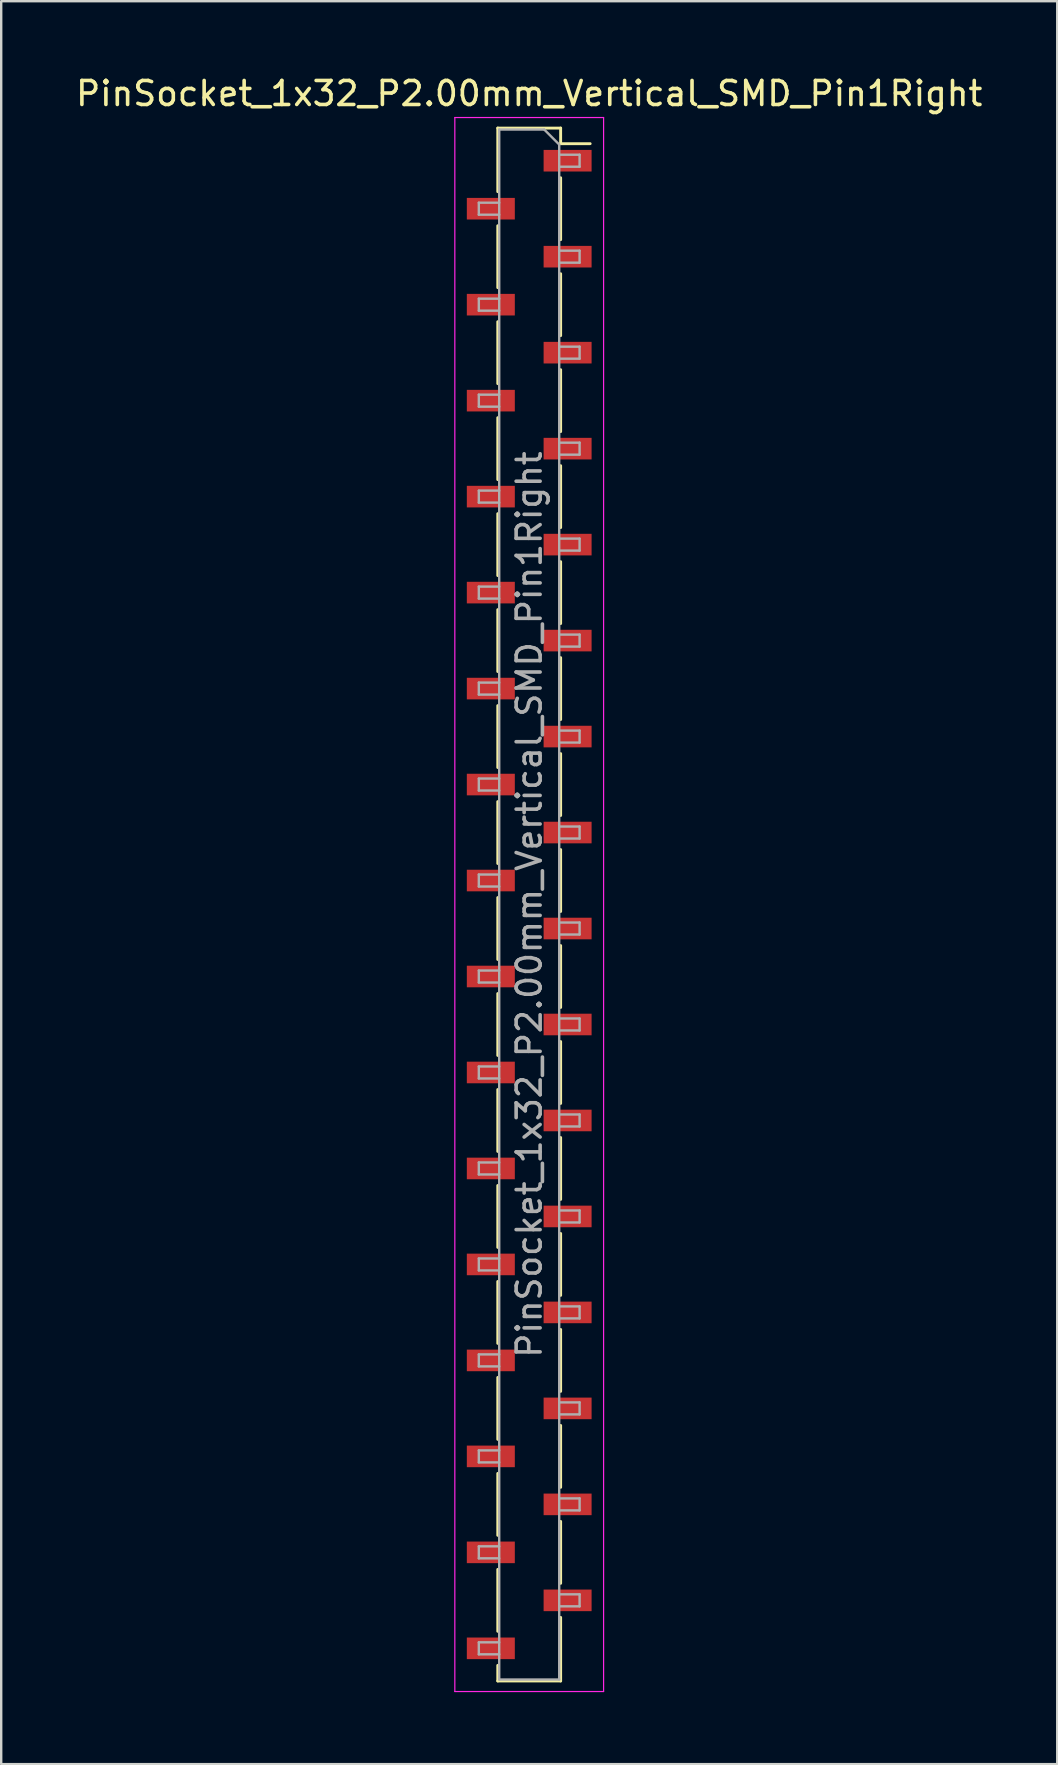
<source format=kicad_pcb>
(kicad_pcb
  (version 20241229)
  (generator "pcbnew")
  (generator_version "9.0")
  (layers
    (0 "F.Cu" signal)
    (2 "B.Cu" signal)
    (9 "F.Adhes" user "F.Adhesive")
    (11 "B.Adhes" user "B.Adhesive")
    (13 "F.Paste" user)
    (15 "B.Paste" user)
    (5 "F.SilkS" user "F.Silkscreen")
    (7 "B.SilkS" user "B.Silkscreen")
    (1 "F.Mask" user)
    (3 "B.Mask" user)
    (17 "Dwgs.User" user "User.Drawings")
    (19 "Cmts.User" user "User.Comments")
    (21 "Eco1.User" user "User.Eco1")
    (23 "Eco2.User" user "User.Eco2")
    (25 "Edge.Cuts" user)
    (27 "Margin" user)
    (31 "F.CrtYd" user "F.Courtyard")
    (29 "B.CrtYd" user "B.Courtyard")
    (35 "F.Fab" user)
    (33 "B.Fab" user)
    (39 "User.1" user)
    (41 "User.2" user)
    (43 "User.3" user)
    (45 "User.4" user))
  (footprint "PinSocket_1x32_P2.00mm_Vertical_SMD_Pin1Right"
    (layer "F.Cu")
    (at 19.006 34.648)
    (property "Reference" "PinSocket_1x32_P2.00mm_Vertical_SMD_Pin1Right" (at 0 -33.8 0) (layer "F.SilkS") (effects (font (size 1 1) (thickness 0.15))))
    (attr smd)
    (fp_line (start -1.31 -32.36) (end -1.31 -29.71) (stroke (width 0.12) (type solid)) (layer "F.SilkS"))
    (fp_line (start -1.31 -32.36) (end 1.31 -32.36) (stroke (width 0.12) (type solid)) (layer "F.SilkS"))
    (fp_line (start -1.31 -28.29) (end -1.31 -25.71) (stroke (width 0.12) (type solid)) (layer "F.SilkS"))
    (fp_line (start -1.31 -24.29) (end -1.31 -21.71) (stroke (width 0.12) (type solid)) (layer "F.SilkS"))
    (fp_line (start -1.31 -20.29) (end -1.31 -17.71) (stroke (width 0.12) (type solid)) (layer "F.SilkS"))
    (fp_line (start -1.31 -16.29) (end -1.31 -13.71) (stroke (width 0.12) (type solid)) (layer "F.SilkS"))
    (fp_line (start -1.31 -12.29) (end -1.31 -9.71) (stroke (width 0.12) (type solid)) (layer "F.SilkS"))
    (fp_line (start -1.31 -8.29) (end -1.31 -5.71) (stroke (width 0.12) (type solid)) (layer "F.SilkS"))
    (fp_line (start -1.31 -4.29) (end -1.31 -1.71) (stroke (width 0.12) (type solid)) (layer "F.SilkS"))
    (fp_line (start -1.31 -0.29) (end -1.31 2.29) (stroke (width 0.12) (type solid)) (layer "F.SilkS"))
    (fp_line (start -1.31 3.71) (end -1.31 6.29) (stroke (width 0.12) (type solid)) (layer "F.SilkS"))
    (fp_line (start -1.31 7.71) (end -1.31 10.29) (stroke (width 0.12) (type solid)) (layer "F.SilkS"))
    (fp_line (start -1.31 11.71) (end -1.31 14.29) (stroke (width 0.12) (type solid)) (layer "F.SilkS"))
    (fp_line (start -1.31 15.71) (end -1.31 18.29) (stroke (width 0.12) (type solid)) (layer "F.SilkS"))
    (fp_line (start -1.31 19.71) (end -1.31 22.29) (stroke (width 0.12) (type solid)) (layer "F.SilkS"))
    (fp_line (start -1.31 23.71) (end -1.31 26.29) (stroke (width 0.12) (type solid)) (layer "F.SilkS"))
    (fp_line (start -1.31 27.71) (end -1.31 30.29) (stroke (width 0.12) (type solid)) (layer "F.SilkS"))
    (fp_line (start -1.31 31.71) (end -1.31 32.36) (stroke (width 0.12) (type solid)) (layer "F.SilkS"))
    (fp_line (start -1.31 32.36) (end 1.31 32.36) (stroke (width 0.12) (type solid)) (layer "F.SilkS"))
    (fp_line (start 1.31 -32.36) (end 1.31 -31.71) (stroke (width 0.12) (type solid)) (layer "F.SilkS"))
    (fp_line (start 1.31 -31.71) (end 2.54 -31.71) (stroke (width 0.12) (type solid)) (layer "F.SilkS"))
    (fp_line (start 1.31 -30.29) (end 1.31 -27.71) (stroke (width 0.12) (type solid)) (layer "F.SilkS"))
    (fp_line (start 1.31 -26.29) (end 1.31 -23.71) (stroke (width 0.12) (type solid)) (layer "F.SilkS"))
    (fp_line (start 1.31 -22.29) (end 1.31 -19.71) (stroke (width 0.12) (type solid)) (layer "F.SilkS"))
    (fp_line (start 1.31 -18.29) (end 1.31 -15.71) (stroke (width 0.12) (type solid)) (layer "F.SilkS"))
    (fp_line (start 1.31 -14.29) (end 1.31 -11.71) (stroke (width 0.12) (type solid)) (layer "F.SilkS"))
    (fp_line (start 1.31 -10.29) (end 1.31 -7.71) (stroke (width 0.12) (type solid)) (layer "F.SilkS"))
    (fp_line (start 1.31 -6.29) (end 1.31 -3.71) (stroke (width 0.12) (type solid)) (layer "F.SilkS"))
    (fp_line (start 1.31 -2.29) (end 1.31 0.29) (stroke (width 0.12) (type solid)) (layer "F.SilkS"))
    (fp_line (start 1.31 1.71) (end 1.31 4.29) (stroke (width 0.12) (type solid)) (layer "F.SilkS"))
    (fp_line (start 1.31 5.71) (end 1.31 8.29) (stroke (width 0.12) (type solid)) (layer "F.SilkS"))
    (fp_line (start 1.31 9.71) (end 1.31 12.29) (stroke (width 0.12) (type solid)) (layer "F.SilkS"))
    (fp_line (start 1.31 13.71) (end 1.31 16.29) (stroke (width 0.12) (type solid)) (layer "F.SilkS"))
    (fp_line (start 1.31 17.71) (end 1.31 20.29) (stroke (width 0.12) (type solid)) (layer "F.SilkS"))
    (fp_line (start 1.31 21.71) (end 1.31 24.29) (stroke (width 0.12) (type solid)) (layer "F.SilkS"))
    (fp_line (start 1.31 25.71) (end 1.31 28.29) (stroke (width 0.12) (type solid)) (layer "F.SilkS"))
    (fp_line (start 1.31 29.71) (end 1.31 32.36) (stroke (width 0.12) (type solid)) (layer "F.SilkS"))
    (fp_line (start -3.1 -32.8) (end 3.1 -32.8) (stroke (width 0.05) (type solid)) (layer "F.CrtYd"))
    (fp_line (start -3.1 32.8) (end -3.1 -32.8) (stroke (width 0.05) (type solid)) (layer "F.CrtYd"))
    (fp_line (start 3.1 -32.8) (end 3.1 32.8) (stroke (width 0.05) (type solid)) (layer "F.CrtYd"))
    (fp_line (start 3.1 32.8) (end -3.1 32.8) (stroke (width 0.05) (type solid)) (layer "F.CrtYd"))
    (fp_line (start -2.1 -29.25) (end -1.25 -29.25) (stroke (width 0.1) (type solid)) (layer "F.Fab"))
    (fp_line (start -2.1 -28.75) (end -2.1 -29.25) (stroke (width 0.1) (type solid)) (layer "F.Fab"))
    (fp_line (start -2.1 -25.25) (end -1.25 -25.25) (stroke (width 0.1) (type solid)) (layer "F.Fab"))
    (fp_line (start -2.1 -24.75) (end -2.1 -25.25) (stroke (width 0.1) (type solid)) (layer "F.Fab"))
    (fp_line (start -2.1 -21.25) (end -1.25 -21.25) (stroke (width 0.1) (type solid)) (layer "F.Fab"))
    (fp_line (start -2.1 -20.75) (end -2.1 -21.25) (stroke (width 0.1) (type solid)) (layer "F.Fab"))
    (fp_line (start -2.1 -17.25) (end -1.25 -17.25) (stroke (width 0.1) (type solid)) (layer "F.Fab"))
    (fp_line (start -2.1 -16.75) (end -2.1 -17.25) (stroke (width 0.1) (type solid)) (layer "F.Fab"))
    (fp_line (start -2.1 -13.25) (end -1.25 -13.25) (stroke (width 0.1) (type solid)) (layer "F.Fab"))
    (fp_line (start -2.1 -12.75) (end -2.1 -13.25) (stroke (width 0.1) (type solid)) (layer "F.Fab"))
    (fp_line (start -2.1 -9.25) (end -1.25 -9.25) (stroke (width 0.1) (type solid)) (layer "F.Fab"))
    (fp_line (start -2.1 -8.75) (end -2.1 -9.25) (stroke (width 0.1) (type solid)) (layer "F.Fab"))
    (fp_line (start -2.1 -5.25) (end -1.25 -5.25) (stroke (width 0.1) (type solid)) (layer "F.Fab"))
    (fp_line (start -2.1 -4.75) (end -2.1 -5.25) (stroke (width 0.1) (type solid)) (layer "F.Fab"))
    (fp_line (start -2.1 -1.25) (end -1.25 -1.25) (stroke (width 0.1) (type solid)) (layer "F.Fab"))
    (fp_line (start -2.1 -0.75) (end -2.1 -1.25) (stroke (width 0.1) (type solid)) (layer "F.Fab"))
    (fp_line (start -2.1 2.75) (end -1.25 2.75) (stroke (width 0.1) (type solid)) (layer "F.Fab"))
    (fp_line (start -2.1 3.25) (end -2.1 2.75) (stroke (width 0.1) (type solid)) (layer "F.Fab"))
    (fp_line (start -2.1 6.75) (end -1.25 6.75) (stroke (width 0.1) (type solid)) (layer "F.Fab"))
    (fp_line (start -2.1 7.25) (end -2.1 6.75) (stroke (width 0.1) (type solid)) (layer "F.Fab"))
    (fp_line (start -2.1 10.75) (end -1.25 10.75) (stroke (width 0.1) (type solid)) (layer "F.Fab"))
    (fp_line (start -2.1 11.25) (end -2.1 10.75) (stroke (width 0.1) (type solid)) (layer "F.Fab"))
    (fp_line (start -2.1 14.75) (end -1.25 14.75) (stroke (width 0.1) (type solid)) (layer "F.Fab"))
    (fp_line (start -2.1 15.25) (end -2.1 14.75) (stroke (width 0.1) (type solid)) (layer "F.Fab"))
    (fp_line (start -2.1 18.75) (end -1.25 18.75) (stroke (width 0.1) (type solid)) (layer "F.Fab"))
    (fp_line (start -2.1 19.25) (end -2.1 18.75) (stroke (width 0.1) (type solid)) (layer "F.Fab"))
    (fp_line (start -2.1 22.75) (end -1.25 22.75) (stroke (width 0.1) (type solid)) (layer "F.Fab"))
    (fp_line (start -2.1 23.25) (end -2.1 22.75) (stroke (width 0.1) (type solid)) (layer "F.Fab"))
    (fp_line (start -2.1 26.75) (end -1.25 26.75) (stroke (width 0.1) (type solid)) (layer "F.Fab"))
    (fp_line (start -2.1 27.25) (end -2.1 26.75) (stroke (width 0.1) (type solid)) (layer "F.Fab"))
    (fp_line (start -2.1 30.75) (end -1.25 30.75) (stroke (width 0.1) (type solid)) (layer "F.Fab"))
    (fp_line (start -2.1 31.25) (end -2.1 30.75) (stroke (width 0.1) (type solid)) (layer "F.Fab"))
    (fp_line (start -1.25 -32.3) (end 0.625 -32.3) (stroke (width 0.1) (type solid)) (layer "F.Fab"))
    (fp_line (start -1.25 -28.75) (end -2.1 -28.75) (stroke (width 0.1) (type solid)) (layer "F.Fab"))
    (fp_line (start -1.25 -24.75) (end -2.1 -24.75) (stroke (width 0.1) (type solid)) (layer "F.Fab"))
    (fp_line (start -1.25 -20.75) (end -2.1 -20.75) (stroke (width 0.1) (type solid)) (layer "F.Fab"))
    (fp_line (start -1.25 -16.75) (end -2.1 -16.75) (stroke (width 0.1) (type solid)) (layer "F.Fab"))
    (fp_line (start -1.25 -12.75) (end -2.1 -12.75) (stroke (width 0.1) (type solid)) (layer "F.Fab"))
    (fp_line (start -1.25 -8.75) (end -2.1 -8.75) (stroke (width 0.1) (type solid)) (layer "F.Fab"))
    (fp_line (start -1.25 -4.75) (end -2.1 -4.75) (stroke (width 0.1) (type solid)) (layer "F.Fab"))
    (fp_line (start -1.25 -0.75) (end -2.1 -0.75) (stroke (width 0.1) (type solid)) (layer "F.Fab"))
    (fp_line (start -1.25 3.25) (end -2.1 3.25) (stroke (width 0.1) (type solid)) (layer "F.Fab"))
    (fp_line (start -1.25 7.25) (end -2.1 7.25) (stroke (width 0.1) (type solid)) (layer "F.Fab"))
    (fp_line (start -1.25 11.25) (end -2.1 11.25) (stroke (width 0.1) (type solid)) (layer "F.Fab"))
    (fp_line (start -1.25 15.25) (end -2.1 15.25) (stroke (width 0.1) (type solid)) (layer "F.Fab"))
    (fp_line (start -1.25 19.25) (end -2.1 19.25) (stroke (width 0.1) (type solid)) (layer "F.Fab"))
    (fp_line (start -1.25 23.25) (end -2.1 23.25) (stroke (width 0.1) (type solid)) (layer "F.Fab"))
    (fp_line (start -1.25 27.25) (end -2.1 27.25) (stroke (width 0.1) (type solid)) (layer "F.Fab"))
    (fp_line (start -1.25 31.25) (end -2.1 31.25) (stroke (width 0.1) (type solid)) (layer "F.Fab"))
    (fp_line (start -1.25 32.3) (end -1.25 -32.3) (stroke (width 0.1) (type solid)) (layer "F.Fab"))
    (fp_line (start 0.625 -32.3) (end 1.25 -31.675) (stroke (width 0.1) (type solid)) (layer "F.Fab"))
    (fp_line (start 1.25 -31.675) (end 1.25 32.3) (stroke (width 0.1) (type solid)) (layer "F.Fab"))
    (fp_line (start 1.25 -31.25) (end 2.1 -31.25) (stroke (width 0.1) (type solid)) (layer "F.Fab"))
    (fp_line (start 1.25 -27.25) (end 2.1 -27.25) (stroke (width 0.1) (type solid)) (layer "F.Fab"))
    (fp_line (start 1.25 -23.25) (end 2.1 -23.25) (stroke (width 0.1) (type solid)) (layer "F.Fab"))
    (fp_line (start 1.25 -19.25) (end 2.1 -19.25) (stroke (width 0.1) (type solid)) (layer "F.Fab"))
    (fp_line (start 1.25 -15.25) (end 2.1 -15.25) (stroke (width 0.1) (type solid)) (layer "F.Fab"))
    (fp_line (start 1.25 -11.25) (end 2.1 -11.25) (stroke (width 0.1) (type solid)) (layer "F.Fab"))
    (fp_line (start 1.25 -7.25) (end 2.1 -7.25) (stroke (width 0.1) (type solid)) (layer "F.Fab"))
    (fp_line (start 1.25 -3.25) (end 2.1 -3.25) (stroke (width 0.1) (type solid)) (layer "F.Fab"))
    (fp_line (start 1.25 0.75) (end 2.1 0.75) (stroke (width 0.1) (type solid)) (layer "F.Fab"))
    (fp_line (start 1.25 4.75) (end 2.1 4.75) (stroke (width 0.1) (type solid)) (layer "F.Fab"))
    (fp_line (start 1.25 8.75) (end 2.1 8.75) (stroke (width 0.1) (type solid)) (layer "F.Fab"))
    (fp_line (start 1.25 12.75) (end 2.1 12.75) (stroke (width 0.1) (type solid)) (layer "F.Fab"))
    (fp_line (start 1.25 16.75) (end 2.1 16.75) (stroke (width 0.1) (type solid)) (layer "F.Fab"))
    (fp_line (start 1.25 20.75) (end 2.1 20.75) (stroke (width 0.1) (type solid)) (layer "F.Fab"))
    (fp_line (start 1.25 24.75) (end 2.1 24.75) (stroke (width 0.1) (type solid)) (layer "F.Fab"))
    (fp_line (start 1.25 28.75) (end 2.1 28.75) (stroke (width 0.1) (type solid)) (layer "F.Fab"))
    (fp_line (start 1.25 32.3) (end -1.25 32.3) (stroke (width 0.1) (type solid)) (layer "F.Fab"))
    (fp_line (start 2.1 -31.25) (end 2.1 -30.75) (stroke (width 0.1) (type solid)) (layer "F.Fab"))
    (fp_line (start 2.1 -30.75) (end 1.25 -30.75) (stroke (width 0.1) (type solid)) (layer "F.Fab"))
    (fp_line (start 2.1 -27.25) (end 2.1 -26.75) (stroke (width 0.1) (type solid)) (layer "F.Fab"))
    (fp_line (start 2.1 -26.75) (end 1.25 -26.75) (stroke (width 0.1) (type solid)) (layer "F.Fab"))
    (fp_line (start 2.1 -23.25) (end 2.1 -22.75) (stroke (width 0.1) (type solid)) (layer "F.Fab"))
    (fp_line (start 2.1 -22.75) (end 1.25 -22.75) (stroke (width 0.1) (type solid)) (layer "F.Fab"))
    (fp_line (start 2.1 -19.25) (end 2.1 -18.75) (stroke (width 0.1) (type solid)) (layer "F.Fab"))
    (fp_line (start 2.1 -18.75) (end 1.25 -18.75) (stroke (width 0.1) (type solid)) (layer "F.Fab"))
    (fp_line (start 2.1 -15.25) (end 2.1 -14.75) (stroke (width 0.1) (type solid)) (layer "F.Fab"))
    (fp_line (start 2.1 -14.75) (end 1.25 -14.75) (stroke (width 0.1) (type solid)) (layer "F.Fab"))
    (fp_line (start 2.1 -11.25) (end 2.1 -10.75) (stroke (width 0.1) (type solid)) (layer "F.Fab"))
    (fp_line (start 2.1 -10.75) (end 1.25 -10.75) (stroke (width 0.1) (type solid)) (layer "F.Fab"))
    (fp_line (start 2.1 -7.25) (end 2.1 -6.75) (stroke (width 0.1) (type solid)) (layer "F.Fab"))
    (fp_line (start 2.1 -6.75) (end 1.25 -6.75) (stroke (width 0.1) (type solid)) (layer "F.Fab"))
    (fp_line (start 2.1 -3.25) (end 2.1 -2.75) (stroke (width 0.1) (type solid)) (layer "F.Fab"))
    (fp_line (start 2.1 -2.75) (end 1.25 -2.75) (stroke (width 0.1) (type solid)) (layer "F.Fab"))
    (fp_line (start 2.1 0.75) (end 2.1 1.25) (stroke (width 0.1) (type solid)) (layer "F.Fab"))
    (fp_line (start 2.1 1.25) (end 1.25 1.25) (stroke (width 0.1) (type solid)) (layer "F.Fab"))
    (fp_line (start 2.1 4.75) (end 2.1 5.25) (stroke (width 0.1) (type solid)) (layer "F.Fab"))
    (fp_line (start 2.1 5.25) (end 1.25 5.25) (stroke (width 0.1) (type solid)) (layer "F.Fab"))
    (fp_line (start 2.1 8.75) (end 2.1 9.25) (stroke (width 0.1) (type solid)) (layer "F.Fab"))
    (fp_line (start 2.1 9.25) (end 1.25 9.25) (stroke (width 0.1) (type solid)) (layer "F.Fab"))
    (fp_line (start 2.1 12.75) (end 2.1 13.25) (stroke (width 0.1) (type solid)) (layer "F.Fab"))
    (fp_line (start 2.1 13.25) (end 1.25 13.25) (stroke (width 0.1) (type solid)) (layer "F.Fab"))
    (fp_line (start 2.1 16.75) (end 2.1 17.25) (stroke (width 0.1) (type solid)) (layer "F.Fab"))
    (fp_line (start 2.1 17.25) (end 1.25 17.25) (stroke (width 0.1) (type solid)) (layer "F.Fab"))
    (fp_line (start 2.1 20.75) (end 2.1 21.25) (stroke (width 0.1) (type solid)) (layer "F.Fab"))
    (fp_line (start 2.1 21.25) (end 1.25 21.25) (stroke (width 0.1) (type solid)) (layer "F.Fab"))
    (fp_line (start 2.1 24.75) (end 2.1 25.25) (stroke (width 0.1) (type solid)) (layer "F.Fab"))
    (fp_line (start 2.1 25.25) (end 1.25 25.25) (stroke (width 0.1) (type solid)) (layer "F.Fab"))
    (fp_line (start 2.1 28.75) (end 2.1 29.25) (stroke (width 0.1) (type solid)) (layer "F.Fab"))
    (fp_line (start 2.1 29.25) (end 1.25 29.25) (stroke (width 0.1) (type solid)) (layer "F.Fab"))
    (fp_text user "${REFERENCE}" (at 0 0 90) (layer "F.Fab") (effects (font (size 1 1) (thickness 0.15))))
    (pad "1" smd rect (at 1.6 -31) (size 2 0.9) (layers "F.Cu" "F.Mask" "F.Paste"))
    (pad "2" smd rect (at -1.6 -29) (size 2 0.9) (layers "F.Cu" "F.Mask" "F.Paste"))
    (pad "3" smd rect (at 1.6 -27) (size 2 0.9) (layers "F.Cu" "F.Mask" "F.Paste"))
    (pad "4" smd rect (at -1.6 -25) (size 2 0.9) (layers "F.Cu" "F.Mask" "F.Paste"))
    (pad "5" smd rect (at 1.6 -23) (size 2 0.9) (layers "F.Cu" "F.Mask" "F.Paste"))
    (pad "6" smd rect (at -1.6 -21) (size 2 0.9) (layers "F.Cu" "F.Mask" "F.Paste"))
    (pad "7" smd rect (at 1.6 -19) (size 2 0.9) (layers "F.Cu" "F.Mask" "F.Paste"))
    (pad "8" smd rect (at -1.6 -17) (size 2 0.9) (layers "F.Cu" "F.Mask" "F.Paste"))
    (pad "9" smd rect (at 1.6 -15) (size 2 0.9) (layers "F.Cu" "F.Mask" "F.Paste"))
    (pad "10" smd rect (at -1.6 -13) (size 2 0.9) (layers "F.Cu" "F.Mask" "F.Paste"))
    (pad "11" smd rect (at 1.6 -11) (size 2 0.9) (layers "F.Cu" "F.Mask" "F.Paste"))
    (pad "12" smd rect (at -1.6 -9) (size 2 0.9) (layers "F.Cu" "F.Mask" "F.Paste"))
    (pad "13" smd rect (at 1.6 -7) (size 2 0.9) (layers "F.Cu" "F.Mask" "F.Paste"))
    (pad "14" smd rect (at -1.6 -5) (size 2 0.9) (layers "F.Cu" "F.Mask" "F.Paste"))
    (pad "15" smd rect (at 1.6 -3) (size 2 0.9) (layers "F.Cu" "F.Mask" "F.Paste"))
    (pad "16" smd rect (at -1.6 -1) (size 2 0.9) (layers "F.Cu" "F.Mask" "F.Paste"))
    (pad "17" smd rect (at 1.6 1) (size 2 0.9) (layers "F.Cu" "F.Mask" "F.Paste"))
    (pad "18" smd rect (at -1.6 3) (size 2 0.9) (layers "F.Cu" "F.Mask" "F.Paste"))
    (pad "19" smd rect (at 1.6 5) (size 2 0.9) (layers "F.Cu" "F.Mask" "F.Paste"))
    (pad "20" smd rect (at -1.6 7) (size 2 0.9) (layers "F.Cu" "F.Mask" "F.Paste"))
    (pad "21" smd rect (at 1.6 9) (size 2 0.9) (layers "F.Cu" "F.Mask" "F.Paste"))
    (pad "22" smd rect (at -1.6 11) (size 2 0.9) (layers "F.Cu" "F.Mask" "F.Paste"))
    (pad "23" smd rect (at 1.6 13) (size 2 0.9) (layers "F.Cu" "F.Mask" "F.Paste"))
    (pad "24" smd rect (at -1.6 15) (size 2 0.9) (layers "F.Cu" "F.Mask" "F.Paste"))
    (pad "25" smd rect (at 1.6 17) (size 2 0.9) (layers "F.Cu" "F.Mask" "F.Paste"))
    (pad "26" smd rect (at -1.6 19) (size 2 0.9) (layers "F.Cu" "F.Mask" "F.Paste"))
    (pad "27" smd rect (at 1.6 21) (size 2 0.9) (layers "F.Cu" "F.Mask" "F.Paste"))
    (pad "28" smd rect (at -1.6 23) (size 2 0.9) (layers "F.Cu" "F.Mask" "F.Paste"))
    (pad "29" smd rect (at 1.6 25) (size 2 0.9) (layers "F.Cu" "F.Mask" "F.Paste"))
    (pad "30" smd rect (at -1.6 27) (size 2 0.9) (layers "F.Cu" "F.Mask" "F.Paste"))
    (pad "31" smd rect (at 1.6 29) (size 2 0.9) (layers "F.Cu" "F.Mask" "F.Paste"))
    (pad "32" smd rect (at -1.6 31) (size 2 0.9) (layers "F.Cu" "F.Mask" "F.Paste")))
  (gr_rect
    (start -3 -3)
    (end 41.012 70.473)
    (stroke (width 0.1) (type default))
    (fill no)
    (layer "Edge.Cuts")))
</source>
